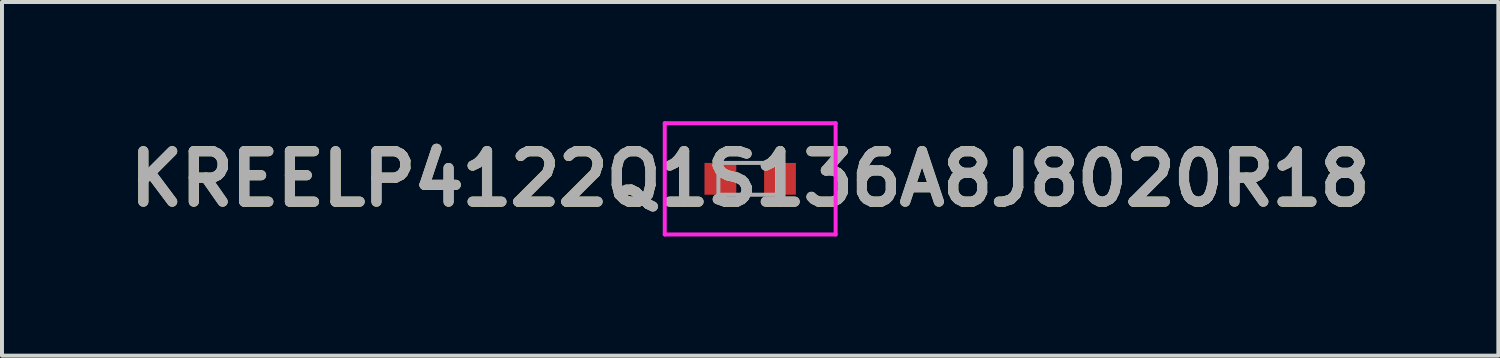
<source format=kicad_pcb>
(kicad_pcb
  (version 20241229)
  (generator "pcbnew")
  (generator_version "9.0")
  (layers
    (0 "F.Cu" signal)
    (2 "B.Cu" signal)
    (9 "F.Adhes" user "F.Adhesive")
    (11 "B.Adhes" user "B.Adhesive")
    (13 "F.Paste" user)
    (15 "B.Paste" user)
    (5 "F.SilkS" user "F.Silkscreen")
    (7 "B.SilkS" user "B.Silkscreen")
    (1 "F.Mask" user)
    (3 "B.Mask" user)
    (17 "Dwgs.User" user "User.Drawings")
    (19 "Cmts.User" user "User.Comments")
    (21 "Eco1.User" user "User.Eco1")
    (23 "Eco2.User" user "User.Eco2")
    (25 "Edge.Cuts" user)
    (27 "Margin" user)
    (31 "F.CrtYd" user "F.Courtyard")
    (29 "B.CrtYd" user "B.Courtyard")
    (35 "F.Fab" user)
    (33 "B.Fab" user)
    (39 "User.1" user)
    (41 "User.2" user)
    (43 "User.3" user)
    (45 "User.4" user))
  (footprint "KREELP4122Q1S136A8J8020R18"
    (layer "F.Cu")
    (at 15.827 1.45)
    (property "Reference" "KREELP4122Q1S136A8J8020R18" (at 0 0 0) (layer "F.SilkS") (effects (font (size 1.27 1.27) (thickness 0.254))))
    (attr smd)
    (fp_line (start -1.7 0) (end -1.7 0) (stroke (width 0.1) (type solid)) (layer "F.SilkS"))
    (fp_line (start -1.6 0) (end -1.6 0) (stroke (width 0.1) (type solid)) (layer "F.SilkS"))
    (fp_arc (start -1.7 0) (mid -1.65 -0.05) (end -1.6 0) (stroke (width 0.1) (type solid)) (layer "F.SilkS"))
    (fp_arc (start -1.6 0) (mid -1.65 0.05) (end -1.7 0) (stroke (width 0.1) (type solid)) (layer "F.SilkS"))
    (fp_line (start -2.15 -1.4) (end 2.15 -1.4) (stroke (width 0.1) (type solid)) (layer "F.CrtYd"))
    (fp_line (start -2.15 1.4) (end -2.15 -1.4) (stroke (width 0.1) (type solid)) (layer "F.CrtYd"))
    (fp_line (start 2.15 -1.4) (end 2.15 1.4) (stroke (width 0.1) (type solid)) (layer "F.CrtYd"))
    (fp_line (start 2.15 1.4) (end -2.15 1.4) (stroke (width 0.1) (type solid)) (layer "F.CrtYd"))
    (fp_line (start -0.8 -0.4) (end 0.8 -0.4) (stroke (width 0.1) (type solid)) (layer "F.Fab"))
    (fp_line (start -0.8 0.4) (end -0.8 -0.4) (stroke (width 0.1) (type solid)) (layer "F.Fab"))
    (fp_line (start 0.8 -0.4) (end 0.8 0.4) (stroke (width 0.1) (type solid)) (layer "F.Fab"))
    (fp_line (start 0.8 0.4) (end -0.8 0.4) (stroke (width 0.1) (type solid)) (layer "F.Fab"))
    (fp_text user "${REFERENCE}" (at 0 0 0) (layer "F.Fab") (effects (font (size 1.27 1.27) (thickness 0.254))))
    (pad "1" smd rect (at -0.75 0 90) (size 0.8 0.8) (layers "F.Cu" "F.Mask" "F.Paste"))
    (pad "2" smd rect (at 0.75 0 90) (size 0.8 0.8) (layers "F.Cu" "F.Mask" "F.Paste")))
  (gr_rect
    (start -3 -3)
    (end 34.653 5.9)
    (stroke (width 0.1) (type default))
    (fill no)
    (layer "Edge.Cuts")))
</source>
